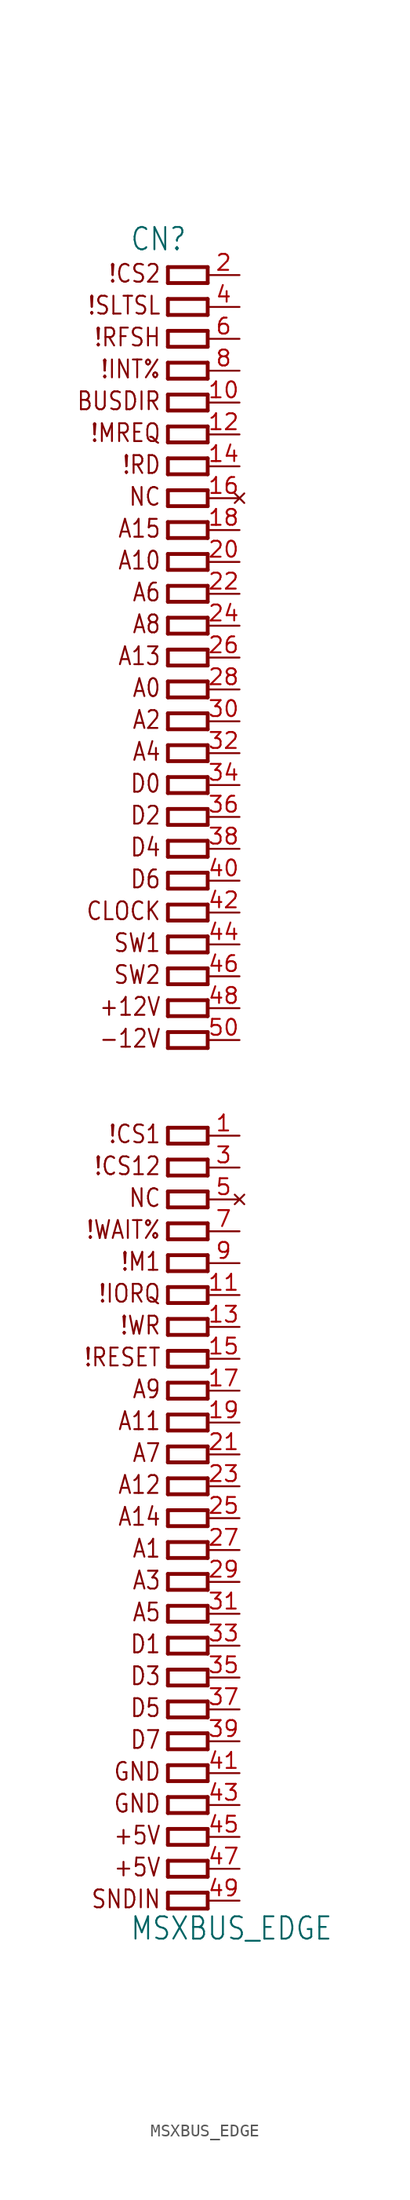
<source format=kicad_sym>
(kicad_symbol_lib
  (version 20211014)
  (generator kicad_symbol_editor)
  (symbol "MSXBUS_EDGE"
    (property "Reference" "CN"
      (at -6.223 67.869 0)
      (effects (font (size 1.778 1.511)) (justify left bottom)))
    (property "Value" "MSXBUS_EDGE"
      (at -6.223 -66.751 0)
      (effects (font (size 1.778 1.511)) (justify left bottom)))
    (property "ki_locked" ""
      (at 0 0 0)
      (effects (font (size 1.27 1.27))))
    (symbol "MSXBUS_EDGE_1_0"
      (polyline (pts (xy -3.175 -64.135) (xy -3.175 -62.865)) (stroke (width 0.305) (type default) (color 0 0 0 0)) (fill (type none)))
      (polyline (pts (xy -3.175 -62.865) (xy 0 -62.865)) (stroke (width 0.305) (type default) (color 0 0 0 0)) (fill (type none)))
      (polyline (pts (xy -3.175 -61.595) (xy -3.175 -60.325)) (stroke (width 0.305) (type default) (color 0 0 0 0)) (fill (type none)))
      (polyline (pts (xy -3.175 -60.325) (xy 0 -60.325)) (stroke (width 0.305) (type default) (color 0 0 0 0)) (fill (type none)))
      (polyline (pts (xy -3.175 -59.055) (xy -3.175 -57.785)) (stroke (width 0.305) (type default) (color 0 0 0 0)) (fill (type none)))
      (polyline (pts (xy -3.175 -57.785) (xy 0 -57.785)) (stroke (width 0.305) (type default) (color 0 0 0 0)) (fill (type none)))
      (polyline (pts (xy -3.175 -56.515) (xy -3.175 -55.245)) (stroke (width 0.305) (type default) (color 0 0 0 0)) (fill (type none)))
      (polyline (pts (xy -3.175 -55.245) (xy 0 -55.245)) (stroke (width 0.305) (type default) (color 0 0 0 0)) (fill (type none)))
      (polyline (pts (xy -3.175 -53.975) (xy -3.175 -52.705)) (stroke (width 0.305) (type default) (color 0 0 0 0)) (fill (type none)))
      (polyline (pts (xy -3.175 -52.705) (xy 0 -52.705)) (stroke (width 0.305) (type default) (color 0 0 0 0)) (fill (type none)))
      (polyline (pts (xy -3.175 -51.435) (xy -3.175 -50.165)) (stroke (width 0.305) (type default) (color 0 0 0 0)) (fill (type none)))
      (polyline (pts (xy -3.175 -50.165) (xy 0 -50.165)) (stroke (width 0.305) (type default) (color 0 0 0 0)) (fill (type none)))
      (polyline (pts (xy -3.175 -48.895) (xy -3.175 -47.625)) (stroke (width 0.305) (type default) (color 0 0 0 0)) (fill (type none)))
      (polyline (pts (xy -3.175 -47.625) (xy 0 -47.625)) (stroke (width 0.305) (type default) (color 0 0 0 0)) (fill (type none)))
      (polyline (pts (xy -3.175 -46.355) (xy -3.175 -45.085)) (stroke (width 0.305) (type default) (color 0 0 0 0)) (fill (type none)))
      (polyline (pts (xy -3.175 -45.085) (xy 0 -45.085)) (stroke (width 0.305) (type default) (color 0 0 0 0)) (fill (type none)))
      (polyline (pts (xy -3.175 -43.815) (xy -3.175 -42.545)) (stroke (width 0.305) (type default) (color 0 0 0 0)) (fill (type none)))
      (polyline (pts (xy -3.175 -42.545) (xy 0 -42.545)) (stroke (width 0.305) (type default) (color 0 0 0 0)) (fill (type none)))
      (polyline (pts (xy -3.175 -41.275) (xy -3.175 -40.005)) (stroke (width 0.305) (type default) (color 0 0 0 0)) (fill (type none)))
      (polyline (pts (xy -3.175 -40.005) (xy 0 -40.005)) (stroke (width 0.305) (type default) (color 0 0 0 0)) (fill (type none)))
      (polyline (pts (xy -3.175 -38.735) (xy -3.175 -37.465)) (stroke (width 0.305) (type default) (color 0 0 0 0)) (fill (type none)))
      (polyline (pts (xy -3.175 -37.465) (xy 0 -37.465)) (stroke (width 0.305) (type default) (color 0 0 0 0)) (fill (type none)))
      (polyline (pts (xy -3.175 -36.195) (xy -3.175 -34.925)) (stroke (width 0.305) (type default) (color 0 0 0 0)) (fill (type none)))
      (polyline (pts (xy -3.175 -34.925) (xy 0 -34.925)) (stroke (width 0.305) (type default) (color 0 0 0 0)) (fill (type none)))
      (polyline (pts (xy -3.175 -33.655) (xy -3.175 -32.385)) (stroke (width 0.305) (type default) (color 0 0 0 0)) (fill (type none)))
      (polyline (pts (xy -3.175 -32.385) (xy 0 -32.385)) (stroke (width 0.305) (type default) (color 0 0 0 0)) (fill (type none)))
      (polyline (pts (xy -3.175 -31.115) (xy -3.175 -29.845)) (stroke (width 0.305) (type default) (color 0 0 0 0)) (fill (type none)))
      (polyline (pts (xy -3.175 -29.845) (xy 0 -29.845)) (stroke (width 0.305) (type default) (color 0 0 0 0)) (fill (type none)))
      (polyline (pts (xy -3.175 -28.575) (xy -3.175 -27.305)) (stroke (width 0.305) (type default) (color 0 0 0 0)) (fill (type none)))
      (polyline (pts (xy -3.175 -27.305) (xy 0 -27.305)) (stroke (width 0.305) (type default) (color 0 0 0 0)) (fill (type none)))
      (polyline (pts (xy -3.175 -26.035) (xy -3.175 -24.765)) (stroke (width 0.305) (type default) (color 0 0 0 0)) (fill (type none)))
      (polyline (pts (xy -3.175 -24.765) (xy 0 -24.765)) (stroke (width 0.305) (type default) (color 0 0 0 0)) (fill (type none)))
      (polyline (pts (xy -3.175 -23.495) (xy -3.175 -22.225)) (stroke (width 0.305) (type default) (color 0 0 0 0)) (fill (type none)))
      (polyline (pts (xy -3.175 -22.225) (xy 0 -22.225)) (stroke (width 0.305) (type default) (color 0 0 0 0)) (fill (type none)))
      (polyline (pts (xy -3.175 -20.955) (xy -3.175 -19.685)) (stroke (width 0.305) (type default) (color 0 0 0 0)) (fill (type none)))
      (polyline (pts (xy -3.175 -19.685) (xy 0 -19.685)) (stroke (width 0.305) (type default) (color 0 0 0 0)) (fill (type none)))
      (polyline (pts (xy -3.175 -18.415) (xy -3.175 -17.145)) (stroke (width 0.305) (type default) (color 0 0 0 0)) (fill (type none)))
      (polyline (pts (xy -3.175 -17.145) (xy 0 -17.145)) (stroke (width 0.305) (type default) (color 0 0 0 0)) (fill (type none)))
      (polyline (pts (xy -3.175 -15.875) (xy -3.175 -14.605)) (stroke (width 0.305) (type default) (color 0 0 0 0)) (fill (type none)))
      (polyline (pts (xy -3.175 -14.605) (xy 0 -14.605)) (stroke (width 0.305) (type default) (color 0 0 0 0)) (fill (type none)))
      (polyline (pts (xy -3.175 -13.335) (xy -3.175 -12.065)) (stroke (width 0.305) (type default) (color 0 0 0 0)) (fill (type none)))
      (polyline (pts (xy -3.175 -12.065) (xy 0 -12.065)) (stroke (width 0.305) (type default) (color 0 0 0 0)) (fill (type none)))
      (polyline (pts (xy -3.175 -10.795) (xy -3.175 -9.525)) (stroke (width 0.305) (type default) (color 0 0 0 0)) (fill (type none)))
      (polyline (pts (xy -3.175 -9.525) (xy 0 -9.525)) (stroke (width 0.305) (type default) (color 0 0 0 0)) (fill (type none)))
      (polyline (pts (xy -3.175 -8.255) (xy -3.175 -6.985)) (stroke (width 0.305) (type default) (color 0 0 0 0)) (fill (type none)))
      (polyline (pts (xy -3.175 -6.985) (xy 0 -6.985)) (stroke (width 0.305) (type default) (color 0 0 0 0)) (fill (type none)))
      (polyline (pts (xy -3.175 -5.715) (xy -3.175 -4.445)) (stroke (width 0.305) (type default) (color 0 0 0 0)) (fill (type none)))
      (polyline (pts (xy -3.175 -4.445) (xy 0 -4.445)) (stroke (width 0.305) (type default) (color 0 0 0 0)) (fill (type none)))
      (polyline (pts (xy -3.175 -3.175) (xy -3.175 -1.905)) (stroke (width 0.305) (type default) (color 0 0 0 0)) (fill (type none)))
      (polyline (pts (xy -3.175 -1.905) (xy 0 -1.905)) (stroke (width 0.305) (type default) (color 0 0 0 0)) (fill (type none)))
      (polyline (pts (xy -3.175 4.445) (xy -3.175 5.715)) (stroke (width 0.305) (type default) (color 0 0 0 0)) (fill (type none)))
      (polyline (pts (xy -3.175 5.715) (xy 0 5.715)) (stroke (width 0.305) (type default) (color 0 0 0 0)) (fill (type none)))
      (polyline (pts (xy -3.175 6.985) (xy -3.175 8.255)) (stroke (width 0.305) (type default) (color 0 0 0 0)) (fill (type none)))
      (polyline (pts (xy -3.175 8.255) (xy 0 8.255)) (stroke (width 0.305) (type default) (color 0 0 0 0)) (fill (type none)))
      (polyline (pts (xy -3.175 9.525) (xy -3.175 10.795)) (stroke (width 0.305) (type default) (color 0 0 0 0)) (fill (type none)))
      (polyline (pts (xy -3.175 10.795) (xy 0 10.795)) (stroke (width 0.305) (type default) (color 0 0 0 0)) (fill (type none)))
      (polyline (pts (xy -3.175 12.065) (xy -3.175 13.335)) (stroke (width 0.305) (type default) (color 0 0 0 0)) (fill (type none)))
      (polyline (pts (xy -3.175 13.335) (xy 0 13.335)) (stroke (width 0.305) (type default) (color 0 0 0 0)) (fill (type none)))
      (polyline (pts (xy -3.175 14.605) (xy -3.175 15.875)) (stroke (width 0.305) (type default) (color 0 0 0 0)) (fill (type none)))
      (polyline (pts (xy -3.175 15.875) (xy 0 15.875)) (stroke (width 0.305) (type default) (color 0 0 0 0)) (fill (type none)))
      (polyline (pts (xy -3.175 17.145) (xy -3.175 18.415)) (stroke (width 0.305) (type default) (color 0 0 0 0)) (fill (type none)))
      (polyline (pts (xy -3.175 18.415) (xy 0 18.415)) (stroke (width 0.305) (type default) (color 0 0 0 0)) (fill (type none)))
      (polyline (pts (xy -3.175 19.685) (xy -3.175 20.955)) (stroke (width 0.305) (type default) (color 0 0 0 0)) (fill (type none)))
      (polyline (pts (xy -3.175 20.955) (xy 0 20.955)) (stroke (width 0.305) (type default) (color 0 0 0 0)) (fill (type none)))
      (polyline (pts (xy -3.175 22.225) (xy -3.175 23.495)) (stroke (width 0.305) (type default) (color 0 0 0 0)) (fill (type none)))
      (polyline (pts (xy -3.175 23.495) (xy 0 23.495)) (stroke (width 0.305) (type default) (color 0 0 0 0)) (fill (type none)))
      (polyline (pts (xy -3.175 24.765) (xy -3.175 26.035)) (stroke (width 0.305) (type default) (color 0 0 0 0)) (fill (type none)))
      (polyline (pts (xy -3.175 26.035) (xy 0 26.035)) (stroke (width 0.305) (type default) (color 0 0 0 0)) (fill (type none)))
      (polyline (pts (xy -3.175 27.305) (xy -3.175 28.575)) (stroke (width 0.305) (type default) (color 0 0 0 0)) (fill (type none)))
      (polyline (pts (xy -3.175 28.575) (xy 0 28.575)) (stroke (width 0.305) (type default) (color 0 0 0 0)) (fill (type none)))
      (polyline (pts (xy -3.175 29.845) (xy -3.175 31.115)) (stroke (width 0.305) (type default) (color 0 0 0 0)) (fill (type none)))
      (polyline (pts (xy -3.175 31.115) (xy 0 31.115)) (stroke (width 0.305) (type default) (color 0 0 0 0)) (fill (type none)))
      (polyline (pts (xy -3.175 32.385) (xy -3.175 33.655)) (stroke (width 0.305) (type default) (color 0 0 0 0)) (fill (type none)))
      (polyline (pts (xy -3.175 33.655) (xy 0 33.655)) (stroke (width 0.305) (type default) (color 0 0 0 0)) (fill (type none)))
      (polyline (pts (xy -3.175 34.925) (xy -3.175 36.195)) (stroke (width 0.305) (type default) (color 0 0 0 0)) (fill (type none)))
      (polyline (pts (xy -3.175 36.195) (xy 0 36.195)) (stroke (width 0.305) (type default) (color 0 0 0 0)) (fill (type none)))
      (polyline (pts (xy -3.175 37.465) (xy -3.175 38.735)) (stroke (width 0.305) (type default) (color 0 0 0 0)) (fill (type none)))
      (polyline (pts (xy -3.175 38.735) (xy 0 38.735)) (stroke (width 0.305) (type default) (color 0 0 0 0)) (fill (type none)))
      (polyline (pts (xy -3.175 40.005) (xy -3.175 41.275)) (stroke (width 0.305) (type default) (color 0 0 0 0)) (fill (type none)))
      (polyline (pts (xy -3.175 41.275) (xy 0 41.275)) (stroke (width 0.305) (type default) (color 0 0 0 0)) (fill (type none)))
      (polyline (pts (xy -3.175 42.545) (xy -3.175 43.815)) (stroke (width 0.305) (type default) (color 0 0 0 0)) (fill (type none)))
      (polyline (pts (xy -3.175 43.815) (xy 0 43.815)) (stroke (width 0.305) (type default) (color 0 0 0 0)) (fill (type none)))
      (polyline (pts (xy -3.175 45.085) (xy -3.175 46.355)) (stroke (width 0.305) (type default) (color 0 0 0 0)) (fill (type none)))
      (polyline (pts (xy -3.175 46.355) (xy 0 46.355)) (stroke (width 0.305) (type default) (color 0 0 0 0)) (fill (type none)))
      (polyline (pts (xy -3.175 47.625) (xy -3.175 48.895)) (stroke (width 0.305) (type default) (color 0 0 0 0)) (fill (type none)))
      (polyline (pts (xy -3.175 48.895) (xy 0 48.895)) (stroke (width 0.305) (type default) (color 0 0 0 0)) (fill (type none)))
      (polyline (pts (xy -3.175 50.165) (xy -3.175 51.435)) (stroke (width 0.305) (type default) (color 0 0 0 0)) (fill (type none)))
      (polyline (pts (xy -3.175 51.435) (xy 0 51.435)) (stroke (width 0.305) (type default) (color 0 0 0 0)) (fill (type none)))
      (polyline (pts (xy -3.175 52.705) (xy -3.175 53.975)) (stroke (width 0.305) (type default) (color 0 0 0 0)) (fill (type none)))
      (polyline (pts (xy -3.175 53.975) (xy 0 53.975)) (stroke (width 0.305) (type default) (color 0 0 0 0)) (fill (type none)))
      (polyline (pts (xy -3.175 55.245) (xy -3.175 56.515)) (stroke (width 0.305) (type default) (color 0 0 0 0)) (fill (type none)))
      (polyline (pts (xy -3.175 56.515) (xy 0 56.515)) (stroke (width 0.305) (type default) (color 0 0 0 0)) (fill (type none)))
      (polyline (pts (xy -3.175 57.785) (xy -3.175 59.055)) (stroke (width 0.305) (type default) (color 0 0 0 0)) (fill (type none)))
      (polyline (pts (xy -3.175 59.055) (xy 0 59.055)) (stroke (width 0.305) (type default) (color 0 0 0 0)) (fill (type none)))
      (polyline (pts (xy -3.175 60.325) (xy -3.175 61.595)) (stroke (width 0.305) (type default) (color 0 0 0 0)) (fill (type none)))
      (polyline (pts (xy -3.175 61.595) (xy 0 61.595)) (stroke (width 0.305) (type default) (color 0 0 0 0)) (fill (type none)))
      (polyline (pts (xy -3.175 62.865) (xy -3.175 64.135)) (stroke (width 0.305) (type default) (color 0 0 0 0)) (fill (type none)))
      (polyline (pts (xy -3.175 64.135) (xy 0 64.135)) (stroke (width 0.305) (type default) (color 0 0 0 0)) (fill (type none)))
      (polyline (pts (xy -3.175 65.405) (xy -3.175 66.675)) (stroke (width 0.305) (type default) (color 0 0 0 0)) (fill (type none)))
      (polyline (pts (xy -3.175 66.675) (xy 0 66.675)) (stroke (width 0.305) (type default) (color 0 0 0 0)) (fill (type none)))
      (polyline (pts (xy 0 -64.135) (xy -3.175 -64.135)) (stroke (width 0.305) (type default) (color 0 0 0 0)) (fill (type none)))
      (polyline (pts (xy 0 -62.865) (xy 0 -64.135)) (stroke (width 0.305) (type default) (color 0 0 0 0)) (fill (type none)))
      (polyline (pts (xy 0 -61.595) (xy -3.175 -61.595)) (stroke (width 0.305) (type default) (color 0 0 0 0)) (fill (type none)))
      (polyline (pts (xy 0 -60.325) (xy 0 -61.595)) (stroke (width 0.305) (type default) (color 0 0 0 0)) (fill (type none)))
      (polyline (pts (xy 0 -59.055) (xy -3.175 -59.055)) (stroke (width 0.305) (type default) (color 0 0 0 0)) (fill (type none)))
      (polyline (pts (xy 0 -57.785) (xy 0 -59.055)) (stroke (width 0.305) (type default) (color 0 0 0 0)) (fill (type none)))
      (polyline (pts (xy 0 -56.515) (xy -3.175 -56.515)) (stroke (width 0.305) (type default) (color 0 0 0 0)) (fill (type none)))
      (polyline (pts (xy 0 -55.245) (xy 0 -56.515)) (stroke (width 0.305) (type default) (color 0 0 0 0)) (fill (type none)))
      (polyline (pts (xy 0 -53.975) (xy -3.175 -53.975)) (stroke (width 0.305) (type default) (color 0 0 0 0)) (fill (type none)))
      (polyline (pts (xy 0 -52.705) (xy 0 -53.975)) (stroke (width 0.305) (type default) (color 0 0 0 0)) (fill (type none)))
      (polyline (pts (xy 0 -51.435) (xy -3.175 -51.435)) (stroke (width 0.305) (type default) (color 0 0 0 0)) (fill (type none)))
      (polyline (pts (xy 0 -50.165) (xy 0 -51.435)) (stroke (width 0.305) (type default) (color 0 0 0 0)) (fill (type none)))
      (polyline (pts (xy 0 -48.895) (xy -3.175 -48.895)) (stroke (width 0.305) (type default) (color 0 0 0 0)) (fill (type none)))
      (polyline (pts (xy 0 -47.625) (xy 0 -48.895)) (stroke (width 0.305) (type default) (color 0 0 0 0)) (fill (type none)))
      (polyline (pts (xy 0 -46.355) (xy -3.175 -46.355)) (stroke (width 0.305) (type default) (color 0 0 0 0)) (fill (type none)))
      (polyline (pts (xy 0 -45.085) (xy 0 -46.355)) (stroke (width 0.305) (type default) (color 0 0 0 0)) (fill (type none)))
      (polyline (pts (xy 0 -43.815) (xy -3.175 -43.815)) (stroke (width 0.305) (type default) (color 0 0 0 0)) (fill (type none)))
      (polyline (pts (xy 0 -42.545) (xy 0 -43.815)) (stroke (width 0.305) (type default) (color 0 0 0 0)) (fill (type none)))
      (polyline (pts (xy 0 -41.275) (xy -3.175 -41.275)) (stroke (width 0.305) (type default) (color 0 0 0 0)) (fill (type none)))
      (polyline (pts (xy 0 -40.005) (xy 0 -41.275)) (stroke (width 0.305) (type default) (color 0 0 0 0)) (fill (type none)))
      (polyline (pts (xy 0 -38.735) (xy -3.175 -38.735)) (stroke (width 0.305) (type default) (color 0 0 0 0)) (fill (type none)))
      (polyline (pts (xy 0 -37.465) (xy 0 -38.735)) (stroke (width 0.305) (type default) (color 0 0 0 0)) (fill (type none)))
      (polyline (pts (xy 0 -36.195) (xy -3.175 -36.195)) (stroke (width 0.305) (type default) (color 0 0 0 0)) (fill (type none)))
      (polyline (pts (xy 0 -34.925) (xy 0 -36.195)) (stroke (width 0.305) (type default) (color 0 0 0 0)) (fill (type none)))
      (polyline (pts (xy 0 -33.655) (xy -3.175 -33.655)) (stroke (width 0.305) (type default) (color 0 0 0 0)) (fill (type none)))
      (polyline (pts (xy 0 -32.385) (xy 0 -33.655)) (stroke (width 0.305) (type default) (color 0 0 0 0)) (fill (type none)))
      (polyline (pts (xy 0 -31.115) (xy -3.175 -31.115)) (stroke (width 0.305) (type default) (color 0 0 0 0)) (fill (type none)))
      (polyline (pts (xy 0 -29.845) (xy 0 -31.115)) (stroke (width 0.305) (type default) (color 0 0 0 0)) (fill (type none)))
      (polyline (pts (xy 0 -28.575) (xy -3.175 -28.575)) (stroke (width 0.305) (type default) (color 0 0 0 0)) (fill (type none)))
      (polyline (pts (xy 0 -27.305) (xy 0 -28.575)) (stroke (width 0.305) (type default) (color 0 0 0 0)) (fill (type none)))
      (polyline (pts (xy 0 -26.035) (xy -3.175 -26.035)) (stroke (width 0.305) (type default) (color 0 0 0 0)) (fill (type none)))
      (polyline (pts (xy 0 -24.765) (xy 0 -26.035)) (stroke (width 0.305) (type default) (color 0 0 0 0)) (fill (type none)))
      (polyline (pts (xy 0 -23.495) (xy -3.175 -23.495)) (stroke (width 0.305) (type default) (color 0 0 0 0)) (fill (type none)))
      (polyline (pts (xy 0 -22.225) (xy 0 -23.495)) (stroke (width 0.305) (type default) (color 0 0 0 0)) (fill (type none)))
      (polyline (pts (xy 0 -20.955) (xy -3.175 -20.955)) (stroke (width 0.305) (type default) (color 0 0 0 0)) (fill (type none)))
      (polyline (pts (xy 0 -19.685) (xy 0 -20.955)) (stroke (width 0.305) (type default) (color 0 0 0 0)) (fill (type none)))
      (polyline (pts (xy 0 -18.415) (xy -3.175 -18.415)) (stroke (width 0.305) (type default) (color 0 0 0 0)) (fill (type none)))
      (polyline (pts (xy 0 -17.145) (xy 0 -18.415)) (stroke (width 0.305) (type default) (color 0 0 0 0)) (fill (type none)))
      (polyline (pts (xy 0 -15.875) (xy -3.175 -15.875)) (stroke (width 0.305) (type default) (color 0 0 0 0)) (fill (type none)))
      (polyline (pts (xy 0 -14.605) (xy 0 -15.875)) (stroke (width 0.305) (type default) (color 0 0 0 0)) (fill (type none)))
      (polyline (pts (xy 0 -13.335) (xy -3.175 -13.335)) (stroke (width 0.305) (type default) (color 0 0 0 0)) (fill (type none)))
      (polyline (pts (xy 0 -12.065) (xy 0 -13.335)) (stroke (width 0.305) (type default) (color 0 0 0 0)) (fill (type none)))
      (polyline (pts (xy 0 -10.795) (xy -3.175 -10.795)) (stroke (width 0.305) (type default) (color 0 0 0 0)) (fill (type none)))
      (polyline (pts (xy 0 -9.525) (xy 0 -10.795)) (stroke (width 0.305) (type default) (color 0 0 0 0)) (fill (type none)))
      (polyline (pts (xy 0 -8.255) (xy -3.175 -8.255)) (stroke (width 0.305) (type default) (color 0 0 0 0)) (fill (type none)))
      (polyline (pts (xy 0 -6.985) (xy 0 -8.255)) (stroke (width 0.305) (type default) (color 0 0 0 0)) (fill (type none)))
      (polyline (pts (xy 0 -5.715) (xy -3.175 -5.715)) (stroke (width 0.305) (type default) (color 0 0 0 0)) (fill (type none)))
      (polyline (pts (xy 0 -4.445) (xy 0 -5.715)) (stroke (width 0.305) (type default) (color 0 0 0 0)) (fill (type none)))
      (polyline (pts (xy 0 -3.175) (xy -3.175 -3.175)) (stroke (width 0.305) (type default) (color 0 0 0 0)) (fill (type none)))
      (polyline (pts (xy 0 -1.905) (xy 0 -3.175)) (stroke (width 0.305) (type default) (color 0 0 0 0)) (fill (type none)))
      (polyline (pts (xy 0 4.445) (xy -3.175 4.445)) (stroke (width 0.305) (type default) (color 0 0 0 0)) (fill (type none)))
      (polyline (pts (xy 0 5.715) (xy 0 4.445)) (stroke (width 0.305) (type default) (color 0 0 0 0)) (fill (type none)))
      (polyline (pts (xy 0 6.985) (xy -3.175 6.985)) (stroke (width 0.305) (type default) (color 0 0 0 0)) (fill (type none)))
      (polyline (pts (xy 0 8.255) (xy 0 6.985)) (stroke (width 0.305) (type default) (color 0 0 0 0)) (fill (type none)))
      (polyline (pts (xy 0 9.525) (xy -3.175 9.525)) (stroke (width 0.305) (type default) (color 0 0 0 0)) (fill (type none)))
      (polyline (pts (xy 0 10.795) (xy 0 9.525)) (stroke (width 0.305) (type default) (color 0 0 0 0)) (fill (type none)))
      (polyline (pts (xy 0 12.065) (xy -3.175 12.065)) (stroke (width 0.305) (type default) (color 0 0 0 0)) (fill (type none)))
      (polyline (pts (xy 0 13.335) (xy 0 12.065)) (stroke (width 0.305) (type default) (color 0 0 0 0)) (fill (type none)))
      (polyline (pts (xy 0 14.605) (xy -3.175 14.605)) (stroke (width 0.305) (type default) (color 0 0 0 0)) (fill (type none)))
      (polyline (pts (xy 0 15.875) (xy 0 14.605)) (stroke (width 0.305) (type default) (color 0 0 0 0)) (fill (type none)))
      (polyline (pts (xy 0 17.145) (xy -3.175 17.145)) (stroke (width 0.305) (type default) (color 0 0 0 0)) (fill (type none)))
      (polyline (pts (xy 0 18.415) (xy 0 17.145)) (stroke (width 0.305) (type default) (color 0 0 0 0)) (fill (type none)))
      (polyline (pts (xy 0 19.685) (xy -3.175 19.685)) (stroke (width 0.305) (type default) (color 0 0 0 0)) (fill (type none)))
      (polyline (pts (xy 0 20.955) (xy 0 19.685)) (stroke (width 0.305) (type default) (color 0 0 0 0)) (fill (type none)))
      (polyline (pts (xy 0 22.225) (xy -3.175 22.225)) (stroke (width 0.305) (type default) (color 0 0 0 0)) (fill (type none)))
      (polyline (pts (xy 0 23.495) (xy 0 22.225)) (stroke (width 0.305) (type default) (color 0 0 0 0)) (fill (type none)))
      (polyline (pts (xy 0 24.765) (xy -3.175 24.765)) (stroke (width 0.305) (type default) (color 0 0 0 0)) (fill (type none)))
      (polyline (pts (xy 0 26.035) (xy 0 24.765)) (stroke (width 0.305) (type default) (color 0 0 0 0)) (fill (type none)))
      (polyline (pts (xy 0 27.305) (xy -3.175 27.305)) (stroke (width 0.305) (type default) (color 0 0 0 0)) (fill (type none)))
      (polyline (pts (xy 0 28.575) (xy 0 27.305)) (stroke (width 0.305) (type default) (color 0 0 0 0)) (fill (type none)))
      (polyline (pts (xy 0 29.845) (xy -3.175 29.845)) (stroke (width 0.305) (type default) (color 0 0 0 0)) (fill (type none)))
      (polyline (pts (xy 0 31.115) (xy 0 29.845)) (stroke (width 0.305) (type default) (color 0 0 0 0)) (fill (type none)))
      (polyline (pts (xy 0 32.385) (xy -3.175 32.385)) (stroke (width 0.305) (type default) (color 0 0 0 0)) (fill (type none)))
      (polyline (pts (xy 0 33.655) (xy 0 32.385)) (stroke (width 0.305) (type default) (color 0 0 0 0)) (fill (type none)))
      (polyline (pts (xy 0 34.925) (xy -3.175 34.925)) (stroke (width 0.305) (type default) (color 0 0 0 0)) (fill (type none)))
      (polyline (pts (xy 0 36.195) (xy 0 34.925)) (stroke (width 0.305) (type default) (color 0 0 0 0)) (fill (type none)))
      (polyline (pts (xy 0 37.465) (xy -3.175 37.465)) (stroke (width 0.305) (type default) (color 0 0 0 0)) (fill (type none)))
      (polyline (pts (xy 0 38.735) (xy 0 37.465)) (stroke (width 0.305) (type default) (color 0 0 0 0)) (fill (type none)))
      (polyline (pts (xy 0 40.005) (xy -3.175 40.005)) (stroke (width 0.305) (type default) (color 0 0 0 0)) (fill (type none)))
      (polyline (pts (xy 0 41.275) (xy 0 40.005)) (stroke (width 0.305) (type default) (color 0 0 0 0)) (fill (type none)))
      (polyline (pts (xy 0 42.545) (xy -3.175 42.545)) (stroke (width 0.305) (type default) (color 0 0 0 0)) (fill (type none)))
      (polyline (pts (xy 0 43.815) (xy 0 42.545)) (stroke (width 0.305) (type default) (color 0 0 0 0)) (fill (type none)))
      (polyline (pts (xy 0 45.085) (xy -3.175 45.085)) (stroke (width 0.305) (type default) (color 0 0 0 0)) (fill (type none)))
      (polyline (pts (xy 0 46.355) (xy 0 45.085)) (stroke (width 0.305) (type default) (color 0 0 0 0)) (fill (type none)))
      (polyline (pts (xy 0 47.625) (xy -3.175 47.625)) (stroke (width 0.305) (type default) (color 0 0 0 0)) (fill (type none)))
      (polyline (pts (xy 0 48.895) (xy 0 47.625)) (stroke (width 0.305) (type default) (color 0 0 0 0)) (fill (type none)))
      (polyline (pts (xy 0 50.165) (xy -3.175 50.165)) (stroke (width 0.305) (type default) (color 0 0 0 0)) (fill (type none)))
      (polyline (pts (xy 0 51.435) (xy 0 50.165)) (stroke (width 0.305) (type default) (color 0 0 0 0)) (fill (type none)))
      (polyline (pts (xy 0 52.705) (xy -3.175 52.705)) (stroke (width 0.305) (type default) (color 0 0 0 0)) (fill (type none)))
      (polyline (pts (xy 0 53.975) (xy 0 52.705)) (stroke (width 0.305) (type default) (color 0 0 0 0)) (fill (type none)))
      (polyline (pts (xy 0 55.245) (xy -3.175 55.245)) (stroke (width 0.305) (type default) (color 0 0 0 0)) (fill (type none)))
      (polyline (pts (xy 0 56.515) (xy 0 55.245)) (stroke (width 0.305) (type default) (color 0 0 0 0)) (fill (type none)))
      (polyline (pts (xy 0 57.785) (xy -3.175 57.785)) (stroke (width 0.305) (type default) (color 0 0 0 0)) (fill (type none)))
      (polyline (pts (xy 0 59.055) (xy 0 57.785)) (stroke (width 0.305) (type default) (color 0 0 0 0)) (fill (type none)))
      (polyline (pts (xy 0 60.325) (xy -3.175 60.325)) (stroke (width 0.305) (type default) (color 0 0 0 0)) (fill (type none)))
      (polyline (pts (xy 0 61.595) (xy 0 60.325)) (stroke (width 0.305) (type default) (color 0 0 0 0)) (fill (type none)))
      (polyline (pts (xy 0 62.865) (xy -3.175 62.865)) (stroke (width 0.305) (type default) (color 0 0 0 0)) (fill (type none)))
      (polyline (pts (xy 0 64.135) (xy 0 62.865)) (stroke (width 0.305) (type default) (color 0 0 0 0)) (fill (type none)))
      (polyline (pts (xy 0 65.405) (xy -3.175 65.405)) (stroke (width 0.305) (type default) (color 0 0 0 0)) (fill (type none)))
      (polyline (pts (xy 0 66.675) (xy 0 65.405)) (stroke (width 0.305) (type default) (color 0 0 0 0)) (fill (type none)))
      (text "!CS1" (at -3.683 -3.251 0) (effects (font (size 1.422 1.209)) (justify right bottom)))
      (text "!CS12" (at -3.683 -5.791 0) (effects (font (size 1.422 1.209)) (justify right bottom)))
      (text "!CS2" (at -3.683 65.329 0) (effects (font (size 1.422 1.209)) (justify right bottom)))
      (text "!INT%" (at -3.683 57.709 0) (effects (font (size 1.422 1.209)) (justify right bottom)))
      (text "!IORQ" (at -3.683 -15.951 0) (effects (font (size 1.422 1.209)) (justify right bottom)))
      (text "!M1" (at -3.683 -13.411 0) (effects (font (size 1.422 1.209)) (justify right bottom)))
      (text "!MREQ" (at -3.683 52.629 0) (effects (font (size 1.422 1.209)) (justify right bottom)))
      (text "!RD" (at -3.683 50.089 0) (effects (font (size 1.422 1.209)) (justify right bottom)))
      (text "!RESET" (at -3.683 -21.031 0) (effects (font (size 1.422 1.209)) (justify right bottom)))
      (text "!RFSH" (at -3.683 60.249 0) (effects (font (size 1.422 1.209)) (justify right bottom)))
      (text "!SLTSL" (at -3.683 62.789 0) (effects (font (size 1.422 1.209)) (justify right bottom)))
      (text "!WAIT%" (at -3.683 -10.871 0) (effects (font (size 1.422 1.209)) (justify right bottom)))
      (text "!WR" (at -3.683 -18.491 0) (effects (font (size 1.422 1.209)) (justify right bottom)))
      (text "+12V" (at -3.683 6.909 0) (effects (font (size 1.422 1.209)) (justify right bottom)))
      (text "+5V" (at -3.683 -61.671 0) (effects (font (size 1.422 1.209)) (justify right bottom)))
      (text "+5V" (at -3.683 -59.131 0) (effects (font (size 1.422 1.209)) (justify right bottom)))
      (text "-12V" (at -3.683 4.369 0) (effects (font (size 1.422 1.209)) (justify right bottom)))
      (text "A0" (at -3.683 32.309 0) (effects (font (size 1.422 1.209)) (justify right bottom)))
      (text "A1" (at -3.683 -36.271 0) (effects (font (size 1.422 1.209)) (justify right bottom)))
      (text "A10" (at -3.683 42.469 0) (effects (font (size 1.422 1.209)) (justify right bottom)))
      (text "A11" (at -3.683 -26.111 0) (effects (font (size 1.422 1.209)) (justify right bottom)))
      (text "A12" (at -3.683 -31.191 0) (effects (font (size 1.422 1.209)) (justify right bottom)))
      (text "A13" (at -3.683 34.849 0) (effects (font (size 1.422 1.209)) (justify right bottom)))
      (text "A14" (at -3.683 -33.731 0) (effects (font (size 1.422 1.209)) (justify right bottom)))
      (text "A15" (at -3.683 45.009 0) (effects (font (size 1.422 1.209)) (justify right bottom)))
      (text "A2" (at -3.683 29.769 0) (effects (font (size 1.422 1.209)) (justify right bottom)))
      (text "A3" (at -3.683 -38.811 0) (effects (font (size 1.422 1.209)) (justify right bottom)))
      (text "A4" (at -3.683 27.229 0) (effects (font (size 1.422 1.209)) (justify right bottom)))
      (text "A5" (at -3.683 -41.351 0) (effects (font (size 1.422 1.209)) (justify right bottom)))
      (text "A6" (at -3.683 39.929 0) (effects (font (size 1.422 1.209)) (justify right bottom)))
      (text "A7" (at -3.683 -28.651 0) (effects (font (size 1.422 1.209)) (justify right bottom)))
      (text "A8" (at -3.683 37.389 0) (effects (font (size 1.422 1.209)) (justify right bottom)))
      (text "A9" (at -3.683 -23.571 0) (effects (font (size 1.422 1.209)) (justify right bottom)))
      (text "BUSDIR" (at -3.683 55.169 0) (effects (font (size 1.422 1.209)) (justify right bottom)))
      (text "CLOCK" (at -3.683 14.529 0) (effects (font (size 1.422 1.209)) (justify right bottom)))
      (text "D0" (at -3.683 24.689 0) (effects (font (size 1.422 1.209)) (justify right bottom)))
      (text "D1" (at -3.683 -43.891 0) (effects (font (size 1.422 1.209)) (justify right bottom)))
      (text "D2" (at -3.683 22.149 0) (effects (font (size 1.422 1.209)) (justify right bottom)))
      (text "D3" (at -3.683 -46.431 0) (effects (font (size 1.422 1.209)) (justify right bottom)))
      (text "D4" (at -3.683 19.609 0) (effects (font (size 1.422 1.209)) (justify right bottom)))
      (text "D5" (at -3.683 -48.971 0) (effects (font (size 1.422 1.209)) (justify right bottom)))
      (text "D6" (at -3.683 17.069 0) (effects (font (size 1.422 1.209)) (justify right bottom)))
      (text "D7" (at -3.683 -51.511 0) (effects (font (size 1.422 1.209)) (justify right bottom)))
      (text "GND" (at -3.683 -56.591 0) (effects (font (size 1.422 1.209)) (justify right bottom)))
      (text "GND" (at -3.683 -54.051 0) (effects (font (size 1.422 1.209)) (justify right bottom)))
      (text "NC" (at -3.683 -8.331 0) (effects (font (size 1.422 1.209)) (justify right bottom)))
      (text "NC" (at -3.683 47.549 0) (effects (font (size 1.422 1.209)) (justify right bottom)))
      (text "SNDIN" (at -3.683 -64.211 0) (effects (font (size 1.422 1.209)) (justify right bottom)))
      (text "SW1" (at -3.683 11.989 0) (effects (font (size 1.422 1.209)) (justify right bottom)))
      (text "SW2" (at -3.683 9.449 0) (effects (font (size 1.422 1.209)) (justify right bottom)))
      (pin output line (at 2.54 -2.54 180) (length 2.54) (name "1.~{CS1}" (effects (font (size 0 0)))) (number "1" (effects (font (size 1.27 1.27)))))
      (pin open_collector line (at 2.54 55.88 180) (length 2.54) (name "10.BUSDIR" (effects (font (size 0 0)))) (number "10" (effects (font (size 1.27 1.27)))))
      (pin output line (at 2.54 -15.24 180) (length 2.54) (name "11.~{IORQ}" (effects (font (size 0 0)))) (number "11" (effects (font (size 1.27 1.27)))))
      (pin output line (at 2.54 53.34 180) (length 2.54) (name "12.~{MREQ}" (effects (font (size 0 0)))) (number "12" (effects (font (size 1.27 1.27)))))
      (pin output line (at 2.54 -17.78 180) (length 2.54) (name "13.~{WR}" (effects (font (size 0 0)))) (number "13" (effects (font (size 1.27 1.27)))))
      (pin output line (at 2.54 50.8 180) (length 2.54) (name "14.~{RD}" (effects (font (size 0 0)))) (number "14" (effects (font (size 1.27 1.27)))))
      (pin output line (at 2.54 -20.32 180) (length 2.54) (name "15.~{RESET}" (effects (font (size 0 0)))) (number "15" (effects (font (size 1.27 1.27)))))
      (pin no_connect line (at 2.54 48.26 180) (length 2.54) (name "16.NC" (effects (font (size 0 0)))) (number "16" (effects (font (size 1.27 1.27)))))
      (pin output line (at 2.54 -22.86 180) (length 2.54) (name "17.A9" (effects (font (size 0 0)))) (number "17" (effects (font (size 1.27 1.27)))))
      (pin output line (at 2.54 45.72 180) (length 2.54) (name "18.A15" (effects (font (size 0 0)))) (number "18" (effects (font (size 1.27 1.27)))))
      (pin output line (at 2.54 -25.4 180) (length 2.54) (name "19.A11" (effects (font (size 0 0)))) (number "19" (effects (font (size 1.27 1.27)))))
      (pin output line (at 2.54 66.04 180) (length 2.54) (name "2.~{CS2}" (effects (font (size 0 0)))) (number "2" (effects (font (size 1.27 1.27)))))
      (pin output line (at 2.54 43.18 180) (length 2.54) (name "20.A10" (effects (font (size 0 0)))) (number "20" (effects (font (size 1.27 1.27)))))
      (pin output line (at 2.54 -27.94 180) (length 2.54) (name "21.A7" (effects (font (size 0 0)))) (number "21" (effects (font (size 1.27 1.27)))))
      (pin output line (at 2.54 40.64 180) (length 2.54) (name "22.A6" (effects (font (size 0 0)))) (number "22" (effects (font (size 1.27 1.27)))))
      (pin output line (at 2.54 -30.48 180) (length 2.54) (name "23.A12" (effects (font (size 0 0)))) (number "23" (effects (font (size 1.27 1.27)))))
      (pin output line (at 2.54 38.1 180) (length 2.54) (name "24.A8" (effects (font (size 0 0)))) (number "24" (effects (font (size 1.27 1.27)))))
      (pin output line (at 2.54 -33.02 180) (length 2.54) (name "25.A14" (effects (font (size 0 0)))) (number "25" (effects (font (size 1.27 1.27)))))
      (pin output line (at 2.54 35.56 180) (length 2.54) (name "26.A13" (effects (font (size 0 0)))) (number "26" (effects (font (size 1.27 1.27)))))
      (pin output line (at 2.54 -35.56 180) (length 2.54) (name "27.A1" (effects (font (size 0 0)))) (number "27" (effects (font (size 1.27 1.27)))))
      (pin output line (at 2.54 33.02 180) (length 2.54) (name "28.A0" (effects (font (size 0 0)))) (number "28" (effects (font (size 1.27 1.27)))))
      (pin output line (at 2.54 -38.1 180) (length 2.54) (name "29.A3" (effects (font (size 0 0)))) (number "29" (effects (font (size 1.27 1.27)))))
      (pin output line (at 2.54 -5.08 180) (length 2.54) (name "3.~{CS12}" (effects (font (size 0 0)))) (number "3" (effects (font (size 1.27 1.27)))))
      (pin output line (at 2.54 30.48 180) (length 2.54) (name "30.A2" (effects (font (size 0 0)))) (number "30" (effects (font (size 1.27 1.27)))))
      (pin output line (at 2.54 -40.64 180) (length 2.54) (name "31.A5" (effects (font (size 0 0)))) (number "31" (effects (font (size 1.27 1.27)))))
      (pin output line (at 2.54 27.94 180) (length 2.54) (name "32.A4" (effects (font (size 0 0)))) (number "32" (effects (font (size 1.27 1.27)))))
      (pin bidirectional line (at 2.54 -43.18 180) (length 2.54) (name "33.D1" (effects (font (size 0 0)))) (number "33" (effects (font (size 1.27 1.27)))))
      (pin bidirectional line (at 2.54 25.4 180) (length 2.54) (name "34.D0" (effects (font (size 0 0)))) (number "34" (effects (font (size 1.27 1.27)))))
      (pin bidirectional line (at 2.54 -45.72 180) (length 2.54) (name "35.D3" (effects (font (size 0 0)))) (number "35" (effects (font (size 1.27 1.27)))))
      (pin bidirectional line (at 2.54 22.86 180) (length 2.54) (name "36.D2" (effects (font (size 0 0)))) (number "36" (effects (font (size 1.27 1.27)))))
      (pin bidirectional line (at 2.54 -48.26 180) (length 2.54) (name "37.D5" (effects (font (size 0 0)))) (number "37" (effects (font (size 1.27 1.27)))))
      (pin bidirectional line (at 2.54 20.32 180) (length 2.54) (name "38.D4" (effects (font (size 0 0)))) (number "38" (effects (font (size 1.27 1.27)))))
      (pin bidirectional line (at 2.54 -50.8 180) (length 2.54) (name "39.D7" (effects (font (size 0 0)))) (number "39" (effects (font (size 1.27 1.27)))))
      (pin output line (at 2.54 63.5 180) (length 2.54) (name "4.~{SLTSL}" (effects (font (size 0 0)))) (number "4" (effects (font (size 1.27 1.27)))))
      (pin bidirectional line (at 2.54 17.78 180) (length 2.54) (name "40.D6" (effects (font (size 0 0)))) (number "40" (effects (font (size 1.27 1.27)))))
      (pin passive line (at 2.54 -53.34 180) (length 2.54) (name "41.GND" (effects (font (size 0 0)))) (number "41" (effects (font (size 1.27 1.27)))))
      (pin output line (at 2.54 15.24 180) (length 2.54) (name "42.CLOCK" (effects (font (size 0 0)))) (number "42" (effects (font (size 1.27 1.27)))))
      (pin passive line (at 2.54 -55.88 180) (length 2.54) (name "43.GND" (effects (font (size 0 0)))) (number "43" (effects (font (size 1.27 1.27)))))
      (pin passive line (at 2.54 12.7 180) (length 2.54) (name "44.SW1" (effects (font (size 0 0)))) (number "44" (effects (font (size 1.27 1.27)))))
      (pin passive line (at 2.54 -58.42 180) (length 2.54) (name "45.+5V" (effects (font (size 0 0)))) (number "45" (effects (font (size 1.27 1.27)))))
      (pin passive line (at 2.54 10.16 180) (length 2.54) (name "46.SW2" (effects (font (size 0 0)))) (number "46" (effects (font (size 1.27 1.27)))))
      (pin passive line (at 2.54 -60.96 180) (length 2.54) (name "47.+5V" (effects (font (size 0 0)))) (number "47" (effects (font (size 1.27 1.27)))))
      (pin passive line (at 2.54 7.62 180) (length 2.54) (name "48.+12V" (effects (font (size 0 0)))) (number "48" (effects (font (size 1.27 1.27)))))
      (pin open_collector line (at 2.54 -63.5 180) (length 2.54) (name "49.SNDIN" (effects (font (size 0 0)))) (number "49" (effects (font (size 1.27 1.27)))))
      (pin no_connect line (at 2.54 -7.62 180) (length 2.54) (name "5.NC" (effects (font (size 0 0)))) (number "5" (effects (font (size 1.27 1.27)))))
      (pin passive line (at 2.54 5.08 180) (length 2.54) (name "50.-12V" (effects (font (size 0 0)))) (number "50" (effects (font (size 1.27 1.27)))))
      (pin output line (at 2.54 60.96 180) (length 2.54) (name "6.~{RFSH}" (effects (font (size 0 0)))) (number "6" (effects (font (size 1.27 1.27)))))
      (pin open_collector line (at 2.54 -10.16 180) (length 2.54) (name "7.~{WAIT%}" (effects (font (size 0 0)))) (number "7" (effects (font (size 1.27 1.27)))))
      (pin open_collector line (at 2.54 58.42 180) (length 2.54) (name "8.~{INT%}" (effects (font (size 0 0)))) (number "8" (effects (font (size 1.27 1.27)))))
      (pin output line (at 2.54 -12.7 180) (length 2.54) (name "9.~{M1}" (effects (font (size 0 0)))) (number "9" (effects (font (size 1.27 1.27))))))))
</source>
